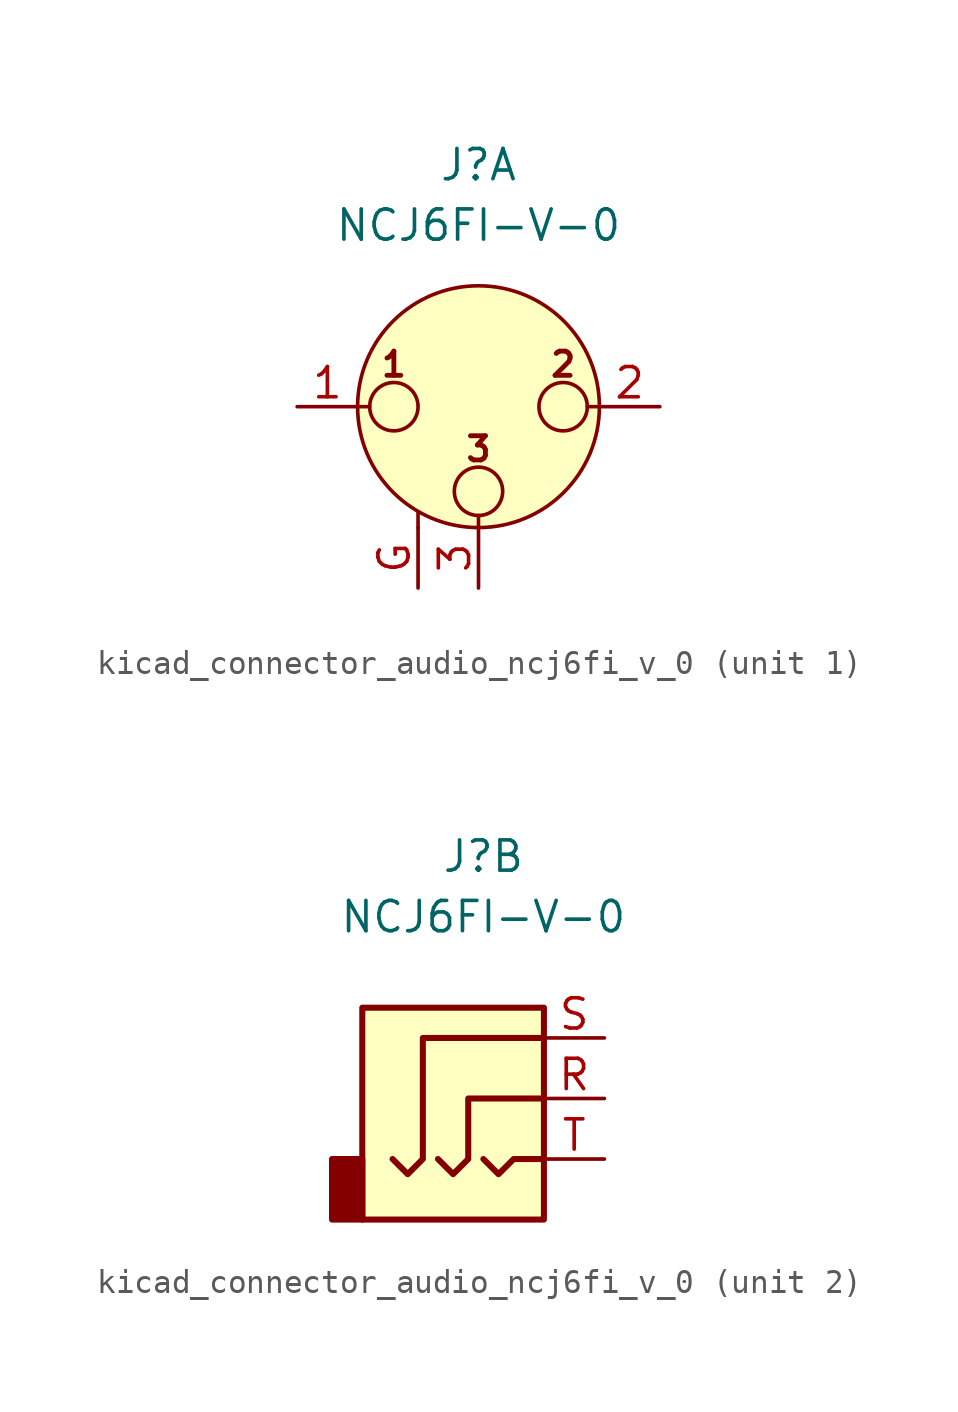
<source format=kicad_sym>
(kicad_symbol_lib
  (version 20220914)
  (generator kicad_symbol_editor)
  (symbol "kicad_connector_audio_ncj6fi_v_0"
    (pin_names hide)
    (property "Reference" "J"
      (at 0 10.16 0)
      (effects (font (size 1.27 1.27))))
    (property "Value" "NCJ6FI-V-0"
      (at 0 7.62 0)
      (effects (font (size 1.27 1.27))))
    (symbol "kicad_connector_audio_ncj6fi_v_0_1_1"
      (circle (center -3.556 0) (radius 1.016) (stroke (width 0) (type default)) (fill (type none)))
      (circle (center 0 -3.556) (radius 1.016) (stroke (width 0) (type default)) (fill (type none)))
      (polyline (pts (xy -5.08 0) (xy -4.572 0)) (stroke (width 0) (type default)) (fill (type none)))
      (polyline (pts (xy -2.54 -5.08) (xy -2.54 -4.445)) (stroke (width 0) (type default)) (fill (type none)))
      (polyline (pts (xy 0 -5.08) (xy 0 -4.572)) (stroke (width 0) (type default)) (fill (type none)))
      (polyline (pts (xy 5.08 0) (xy 4.572 0)) (stroke (width 0) (type default)) (fill (type none)))
      (circle (center 0 0) (radius 5.08) (stroke (width 0) (type default)) (fill (type background)))
      (circle (center 3.556 0) (radius 1.016) (stroke (width 0) (type default)) (fill (type none)))
      (text "1" (at -3.556 1.778 0) (effects (font (size 1.016 1.016) bold)))
      (text "2" (at 3.556 1.778 0) (effects (font (size 1.016 1.016) bold)))
      (text "3" (at 0 -1.778 0) (effects (font (size 1.016 1.016) bold)))
      (pin passive line (at -7.62 0 0) (length 2.54) (name "~" (effects (font (size 1.27 1.27)))) (number "1" (effects (font (size 1.27 1.27)))))
      (pin passive line (at 7.62 0 180) (length 2.54) (name "~" (effects (font (size 1.27 1.27)))) (number "2" (effects (font (size 1.27 1.27)))))
      (pin passive line (at 0 -7.62 90) (length 2.54) (name "~" (effects (font (size 1.27 1.27)))) (number "3" (effects (font (size 1.27 1.27)))))
      (pin passive line (at -2.54 -7.62 90) (length 2.54) (name "~" (effects (font (size 1.27 1.27)))) (number "G" (effects (font (size 1.27 1.27))))))
    (symbol "kicad_connector_audio_ncj6fi_v_0_2_1"
      (rectangle (start -5.08 -2.54) (end -6.35 -5.08) (stroke (width 0.254) (type default)) (fill (type outline)))
      (polyline (pts (xy 0 -2.54) (xy 0.635 -3.175) (xy 1.27 -2.54) (xy 2.54 -2.54)) (stroke (width 0.254) (type default)) (fill (type none)))
      (polyline (pts (xy -1.905 -2.54) (xy -1.27 -3.175) (xy -0.635 -2.54) (xy -0.635 0) (xy 2.54 0)) (stroke (width 0.254) (type default)) (fill (type none)))
      (polyline (pts (xy 2.54 2.54) (xy -2.54 2.54) (xy -2.54 -2.54) (xy -3.175 -3.175) (xy -3.81 -2.54)) (stroke (width 0.254) (type default)) (fill (type none)))
      (rectangle (start 2.54 3.81) (end -5.08 -5.08) (stroke (width 0.254) (type default)) (fill (type background)))
      (pin passive line (at 5.08 0 180) (length 2.54) (name "~" (effects (font (size 1.27 1.27)))) (number "R" (effects (font (size 1.27 1.27)))))
      (pin passive line (at 5.08 2.54 180) (length 2.54) (name "~" (effects (font (size 1.27 1.27)))) (number "S" (effects (font (size 1.27 1.27)))))
      (pin passive line (at 5.08 -2.54 180) (length 2.54) (name "~" (effects (font (size 1.27 1.27)))) (number "T" (effects (font (size 1.27 1.27))))))))
</source>
